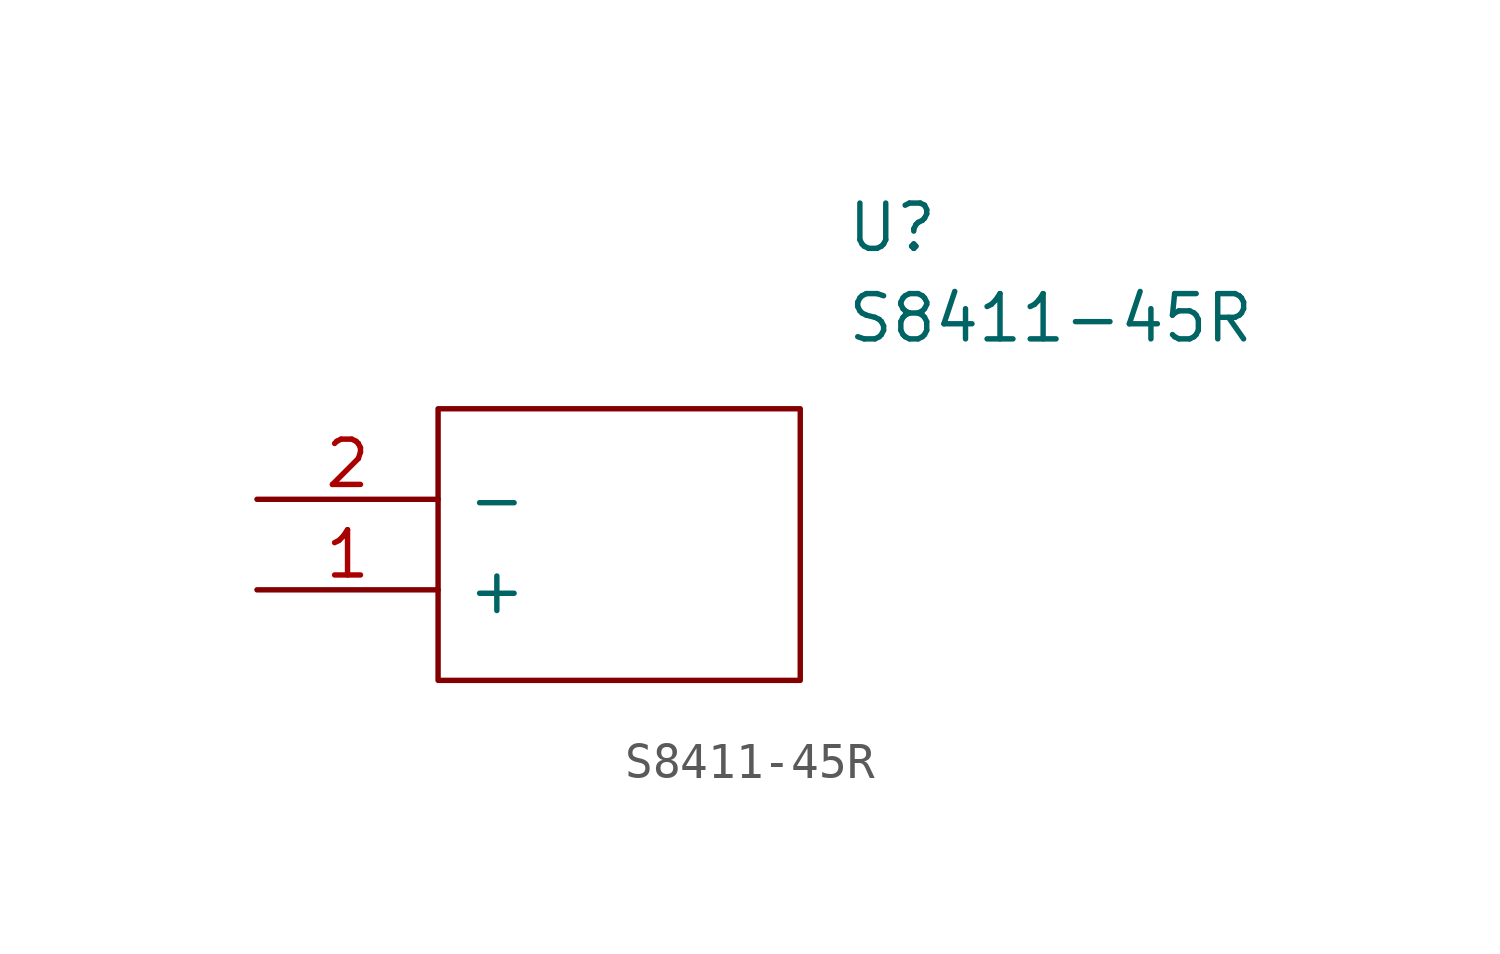
<source format=kicad_sym>
(kicad_symbol_lib
  (version 20211014)
  (generator kicad_symbol_editor)
  (symbol "S8411-45R"
    (pin_names
      (offset 0.762))
    (property "Reference" "U"
      (at 16.51 7.62 0)
      (effects (font (size 1.27 1.27)) (justify left)))
    (property "Value" "S8411-45R"
      (at 16.51 5.08 0)
      (effects (font (size 1.27 1.27)) (justify left)))
    (symbol "S8411-45R_0_0"
      (pin passive line (at 0 -2.54 0) (length 5.08) (name "+" (effects (font (size 1.27 1.27)))) (number "1" (effects (font (size 1.27 1.27)))))
      (pin passive line (at 0 0 0) (length 5.08) (name "-" (effects (font (size 1.27 1.27)))) (number "2" (effects (font (size 1.27 1.27))))))
    (symbol "S8411-45R_0_1"
      (polyline (pts (xy 5.08 2.54) (xy 15.24 2.54) (xy 15.24 -5.08) (xy 5.08 -5.08) (xy 5.08 2.54)) (stroke (width 0.152) (type default) (color 0 0 0 0)) (fill (type none))))))
</source>
